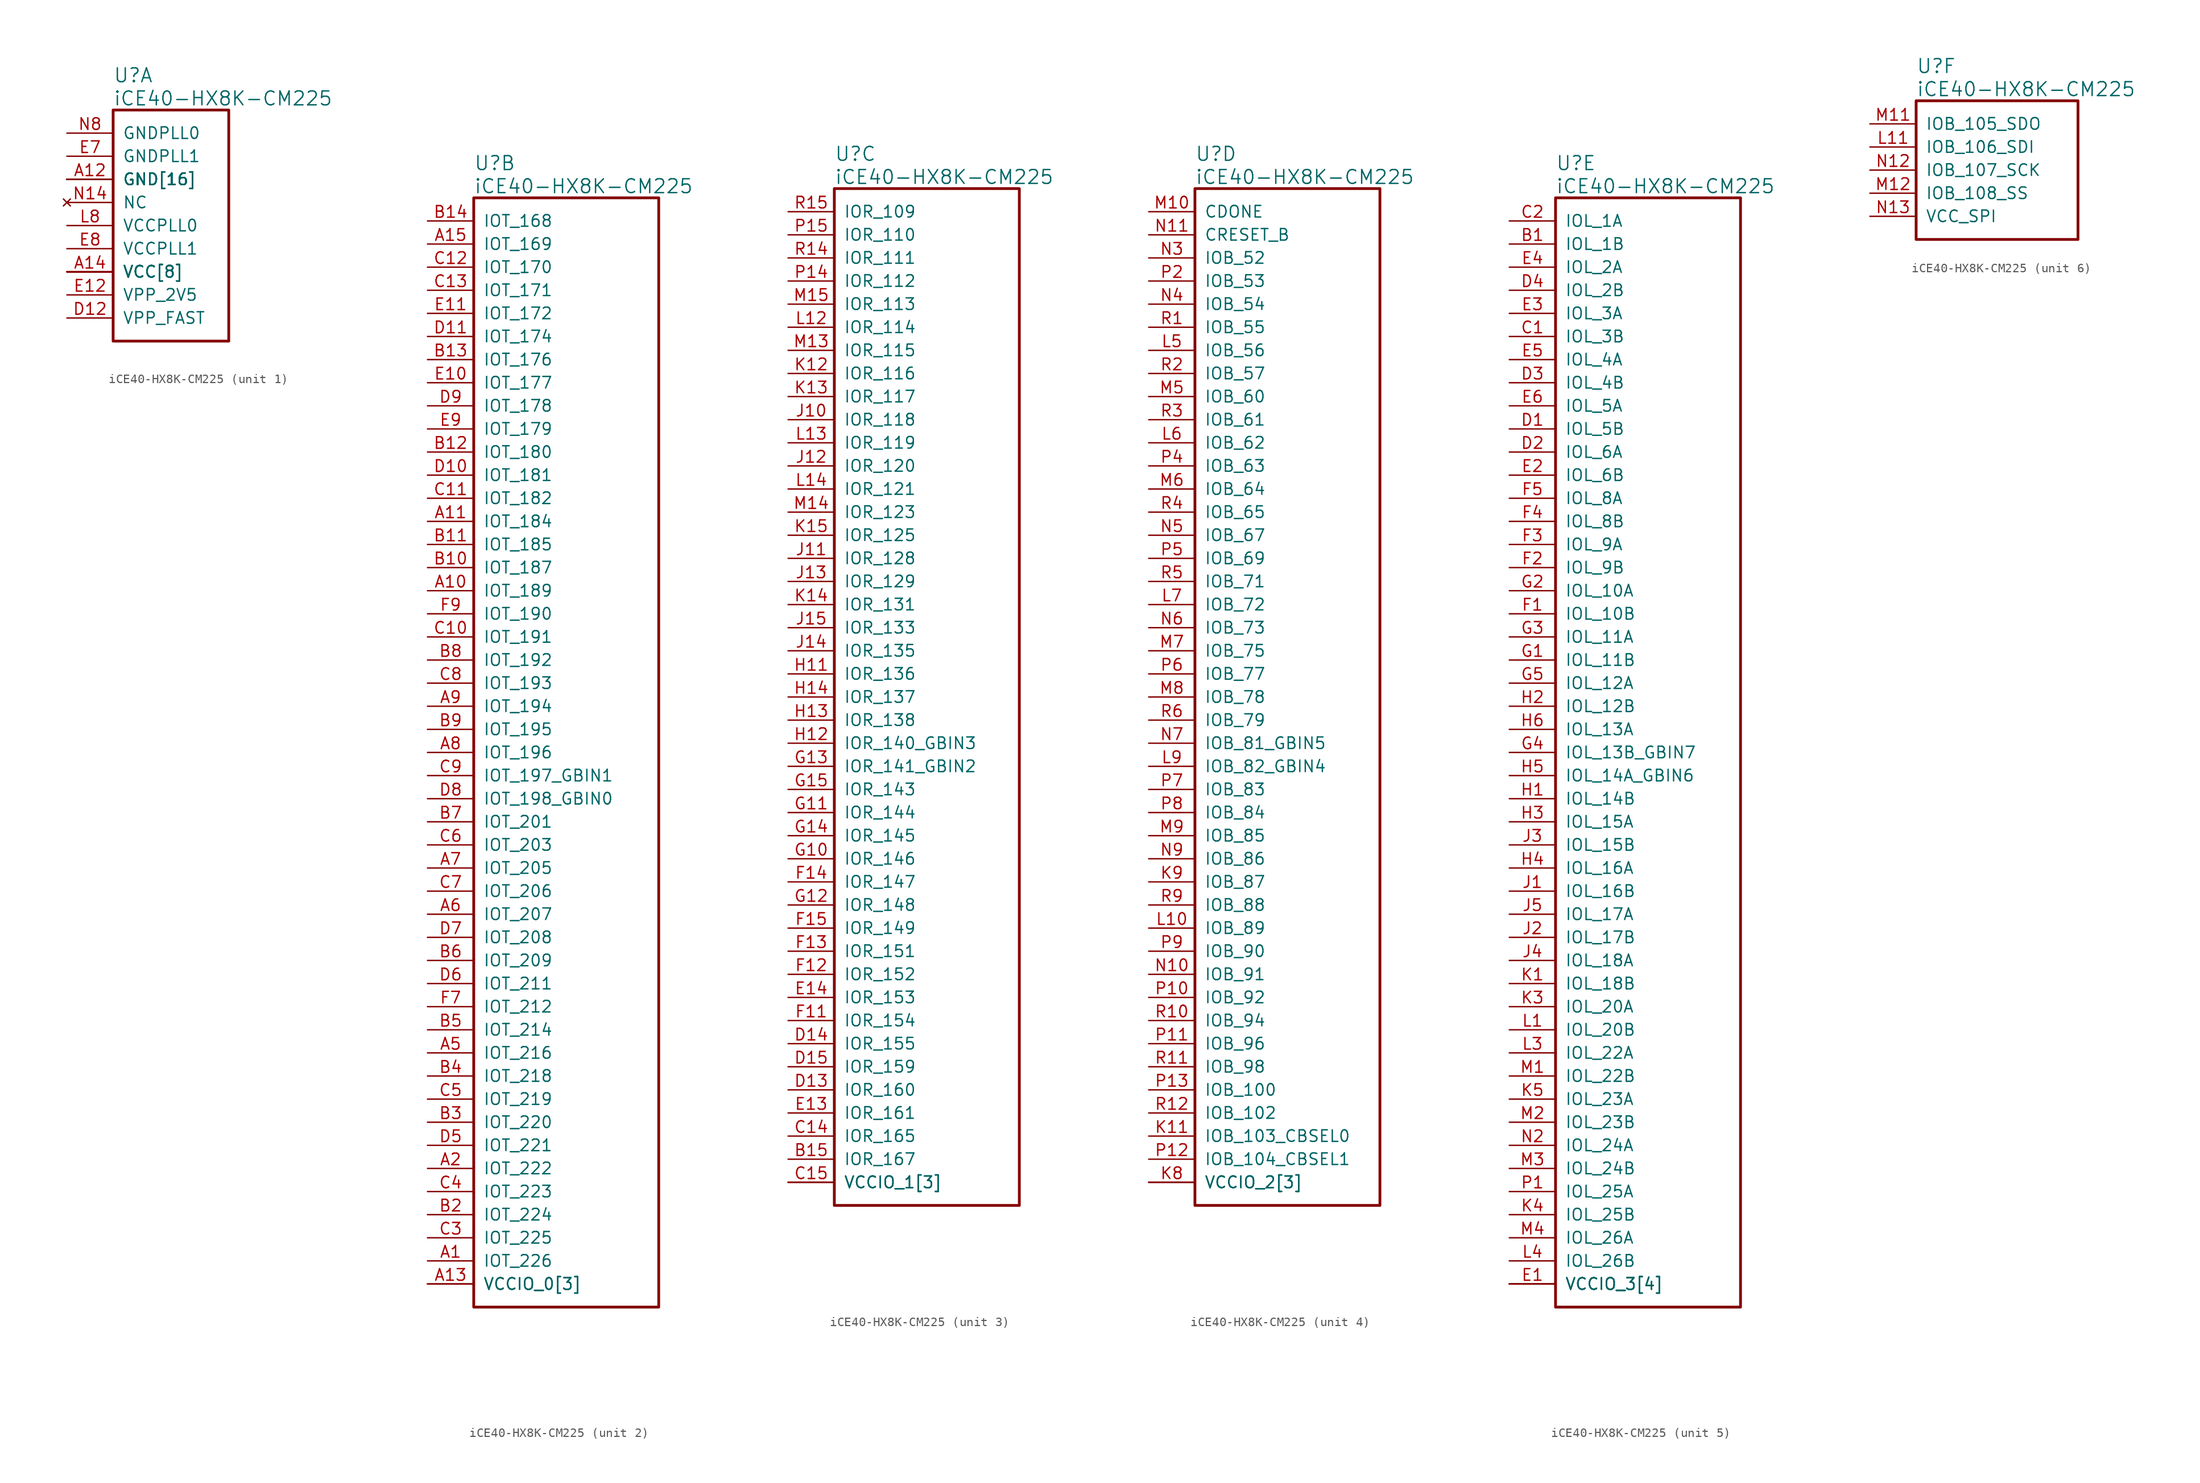
<source format=kicad_sym>
(kicad_symbol_lib
  (version 20241209)
  (generator "kicad_symbol_editor")
  (generator_version "9.0")
  (symbol "iCE40-HX8K-CM225"
    (pin_names
      (offset 1.016))
    (property "Reference" "U"
      (at 5.08 6.35 0)
      (effects (font (size 1.524 1.524)) (justify left)))
    (property "Value" "iCE40-HX8K-CM225"
      (at 5.08 3.81 0)
      (effects (font (size 1.524 1.524)) (justify left)))
    (property "ki_locked" ""
      (at 0 0 0)
      (effects (font (size 1.27 1.27))))
    (symbol "iCE40-HX8K-CM225_1_1"
      (rectangle (start 5.08 2.54) (end 17.78 -22.86) (stroke (width 0.305) (type solid)) (fill (type none)))
      (pin power_in line (at 0 0 0) (length 5.08) (name "GNDPLL0" (effects (font (size 1.27 1.27)))) (number "N8" (effects (font (size 1.27 1.27)))))
      (pin power_in line (at 0 -2.54 0) (length 5.08) (name "GNDPLL1" (effects (font (size 1.27 1.27)))) (number "E7" (effects (font (size 1.27 1.27)))))
      (pin power_in line (at 0 -5.08 0) (length 5.08) (name "GND[16]" (effects (font (size 1.27 1.27)))) (number "A12" (effects (font (size 1.27 1.27)))))
      (pin power_in line (at 0 -5.08 0) (length 5.08) (name "GND[16]" (effects (font (size 1.27 1.27)))) (number "A4" (effects (font (size 0 0)))))
      (pin power_in line (at 0 -5.08 0) (length 5.08) (name "GND[16]" (effects (font (size 1.27 1.27)))) (number "E15" (effects (font (size 0 0)))))
      (pin power_in line (at 0 -5.08 0) (length 5.08) (name "GND[16]" (effects (font (size 1.27 1.27)))) (number "G7" (effects (font (size 0 0)))))
      (pin power_in line (at 0 -5.08 0) (length 5.08) (name "GND[16]" (effects (font (size 1.27 1.27)))) (number "G8" (effects (font (size 0 0)))))
      (pin power_in line (at 0 -5.08 0) (length 5.08) (name "GND[16]" (effects (font (size 1.27 1.27)))) (number "G9" (effects (font (size 0 0)))))
      (pin power_in line (at 0 -5.08 0) (length 5.08) (name "GND[16]" (effects (font (size 1.27 1.27)))) (number "H7" (effects (font (size 0 0)))))
      (pin power_in line (at 0 -5.08 0) (length 5.08) (name "GND[16]" (effects (font (size 1.27 1.27)))) (number "H8" (effects (font (size 0 0)))))
      (pin power_in line (at 0 -5.08 0) (length 5.08) (name "GND[16]" (effects (font (size 1.27 1.27)))) (number "H9" (effects (font (size 0 0)))))
      (pin power_in line (at 0 -5.08 0) (length 5.08) (name "GND[16]" (effects (font (size 1.27 1.27)))) (number "J7" (effects (font (size 0 0)))))
      (pin power_in line (at 0 -5.08 0) (length 5.08) (name "GND[16]" (effects (font (size 1.27 1.27)))) (number "J8" (effects (font (size 0 0)))))
      (pin power_in line (at 0 -5.08 0) (length 5.08) (name "GND[16]" (effects (font (size 1.27 1.27)))) (number "J9" (effects (font (size 0 0)))))
      (pin power_in line (at 0 -5.08 0) (length 5.08) (name "GND[16]" (effects (font (size 1.27 1.27)))) (number "K2" (effects (font (size 0 0)))))
      (pin power_in line (at 0 -5.08 0) (length 5.08) (name "GND[16]" (effects (font (size 1.27 1.27)))) (number "K7" (effects (font (size 0 0)))))
      (pin power_in line (at 0 -5.08 0) (length 5.08) (name "GND[16]" (effects (font (size 1.27 1.27)))) (number "L15" (effects (font (size 0 0)))))
      (pin power_in line (at 0 -5.08 0) (length 5.08) (name "GND[16]" (effects (font (size 1.27 1.27)))) (number "R7" (effects (font (size 0 0)))))
      (pin no_connect line (at 0 -7.62 0) (length 5.08) (name "NC" (effects (font (size 1.27 1.27)))) (number "N14" (effects (font (size 1.27 1.27)))))
      (pin power_in line (at 0 -10.16 0) (length 5.08) (name "VCCPLL0" (effects (font (size 1.27 1.27)))) (number "L8" (effects (font (size 1.27 1.27)))))
      (pin power_in line (at 0 -12.7 0) (length 5.08) (name "VCCPLL1" (effects (font (size 1.27 1.27)))) (number "E8" (effects (font (size 1.27 1.27)))))
      (pin power_in line (at 0 -15.24 0) (length 5.08) (name "VCC[8]" (effects (font (size 1.27 1.27)))) (number "A14" (effects (font (size 1.27 1.27)))))
      (pin power_in line (at 0 -15.24 0) (length 5.08) (name "VCC[8]" (effects (font (size 1.27 1.27)))) (number "F10" (effects (font (size 0 0)))))
      (pin power_in line (at 0 -15.24 0) (length 5.08) (name "VCC[8]" (effects (font (size 1.27 1.27)))) (number "F6" (effects (font (size 0 0)))))
      (pin power_in line (at 0 -15.24 0) (length 5.08) (name "VCC[8]" (effects (font (size 1.27 1.27)))) (number "H15" (effects (font (size 0 0)))))
      (pin power_in line (at 0 -15.24 0) (length 5.08) (name "VCC[8]" (effects (font (size 1.27 1.27)))) (number "K10" (effects (font (size 0 0)))))
      (pin power_in line (at 0 -15.24 0) (length 5.08) (name "VCC[8]" (effects (font (size 1.27 1.27)))) (number "K6" (effects (font (size 0 0)))))
      (pin power_in line (at 0 -15.24 0) (length 5.08) (name "VCC[8]" (effects (font (size 1.27 1.27)))) (number "L2" (effects (font (size 0 0)))))
      (pin power_in line (at 0 -15.24 0) (length 5.08) (name "VCC[8]" (effects (font (size 1.27 1.27)))) (number "R8" (effects (font (size 0 0)))))
      (pin power_in line (at 0 -17.78 0) (length 5.08) (name "VPP_2V5" (effects (font (size 1.27 1.27)))) (number "E12" (effects (font (size 1.27 1.27)))))
      (pin power_in line (at 0 -20.32 0) (length 5.08) (name "VPP_FAST" (effects (font (size 1.27 1.27)))) (number "D12" (effects (font (size 1.27 1.27))))))
    (symbol "iCE40-HX8K-CM225_2_1"
      (rectangle (start 5.08 2.54) (end 25.4 -119.38) (stroke (width 0.305) (type solid)) (fill (type none)))
      (pin bidirectional line (at 0 0 0) (length 5.08) (name "IOT_168" (effects (font (size 1.27 1.27)))) (number "B14" (effects (font (size 1.27 1.27)))))
      (pin bidirectional line (at 0 -2.54 0) (length 5.08) (name "IOT_169" (effects (font (size 1.27 1.27)))) (number "A15" (effects (font (size 1.27 1.27)))))
      (pin bidirectional line (at 0 -5.08 0) (length 5.08) (name "IOT_170" (effects (font (size 1.27 1.27)))) (number "C12" (effects (font (size 1.27 1.27)))))
      (pin bidirectional line (at 0 -7.62 0) (length 5.08) (name "IOT_171" (effects (font (size 1.27 1.27)))) (number "C13" (effects (font (size 1.27 1.27)))))
      (pin bidirectional line (at 0 -10.16 0) (length 5.08) (name "IOT_172" (effects (font (size 1.27 1.27)))) (number "E11" (effects (font (size 1.27 1.27)))))
      (pin bidirectional line (at 0 -12.7 0) (length 5.08) (name "IOT_174" (effects (font (size 1.27 1.27)))) (number "D11" (effects (font (size 1.27 1.27)))))
      (pin bidirectional line (at 0 -15.24 0) (length 5.08) (name "IOT_176" (effects (font (size 1.27 1.27)))) (number "B13" (effects (font (size 1.27 1.27)))))
      (pin bidirectional line (at 0 -17.78 0) (length 5.08) (name "IOT_177" (effects (font (size 1.27 1.27)))) (number "E10" (effects (font (size 1.27 1.27)))))
      (pin bidirectional line (at 0 -20.32 0) (length 5.08) (name "IOT_178" (effects (font (size 1.27 1.27)))) (number "D9" (effects (font (size 1.27 1.27)))))
      (pin bidirectional line (at 0 -22.86 0) (length 5.08) (name "IOT_179" (effects (font (size 1.27 1.27)))) (number "E9" (effects (font (size 1.27 1.27)))))
      (pin bidirectional line (at 0 -25.4 0) (length 5.08) (name "IOT_180" (effects (font (size 1.27 1.27)))) (number "B12" (effects (font (size 1.27 1.27)))))
      (pin bidirectional line (at 0 -27.94 0) (length 5.08) (name "IOT_181" (effects (font (size 1.27 1.27)))) (number "D10" (effects (font (size 1.27 1.27)))))
      (pin bidirectional line (at 0 -30.48 0) (length 5.08) (name "IOT_182" (effects (font (size 1.27 1.27)))) (number "C11" (effects (font (size 1.27 1.27)))))
      (pin bidirectional line (at 0 -33.02 0) (length 5.08) (name "IOT_184" (effects (font (size 1.27 1.27)))) (number "A11" (effects (font (size 1.27 1.27)))))
      (pin bidirectional line (at 0 -35.56 0) (length 5.08) (name "IOT_185" (effects (font (size 1.27 1.27)))) (number "B11" (effects (font (size 1.27 1.27)))))
      (pin bidirectional line (at 0 -38.1 0) (length 5.08) (name "IOT_187" (effects (font (size 1.27 1.27)))) (number "B10" (effects (font (size 1.27 1.27)))))
      (pin bidirectional line (at 0 -40.64 0) (length 5.08) (name "IOT_189" (effects (font (size 1.27 1.27)))) (number "A10" (effects (font (size 1.27 1.27)))))
      (pin bidirectional line (at 0 -43.18 0) (length 5.08) (name "IOT_190" (effects (font (size 1.27 1.27)))) (number "F9" (effects (font (size 1.27 1.27)))))
      (pin bidirectional line (at 0 -45.72 0) (length 5.08) (name "IOT_191" (effects (font (size 1.27 1.27)))) (number "C10" (effects (font (size 1.27 1.27)))))
      (pin bidirectional line (at 0 -48.26 0) (length 5.08) (name "IOT_192" (effects (font (size 1.27 1.27)))) (number "B8" (effects (font (size 1.27 1.27)))))
      (pin bidirectional line (at 0 -50.8 0) (length 5.08) (name "IOT_193" (effects (font (size 1.27 1.27)))) (number "C8" (effects (font (size 1.27 1.27)))))
      (pin bidirectional line (at 0 -53.34 0) (length 5.08) (name "IOT_194" (effects (font (size 1.27 1.27)))) (number "A9" (effects (font (size 1.27 1.27)))))
      (pin bidirectional line (at 0 -55.88 0) (length 5.08) (name "IOT_195" (effects (font (size 1.27 1.27)))) (number "B9" (effects (font (size 1.27 1.27)))))
      (pin bidirectional line (at 0 -58.42 0) (length 5.08) (name "IOT_196" (effects (font (size 1.27 1.27)))) (number "A8" (effects (font (size 1.27 1.27)))))
      (pin bidirectional line (at 0 -60.96 0) (length 5.08) (name "IOT_197_GBIN1" (effects (font (size 1.27 1.27)))) (number "C9" (effects (font (size 1.27 1.27)))))
      (pin bidirectional line (at 0 -63.5 0) (length 5.08) (name "IOT_198_GBIN0" (effects (font (size 1.27 1.27)))) (number "D8" (effects (font (size 1.27 1.27)))))
      (pin bidirectional line (at 0 -66.04 0) (length 5.08) (name "IOT_201" (effects (font (size 1.27 1.27)))) (number "B7" (effects (font (size 1.27 1.27)))))
      (pin bidirectional line (at 0 -68.58 0) (length 5.08) (name "IOT_203" (effects (font (size 1.27 1.27)))) (number "C6" (effects (font (size 1.27 1.27)))))
      (pin bidirectional line (at 0 -71.12 0) (length 5.08) (name "IOT_205" (effects (font (size 1.27 1.27)))) (number "A7" (effects (font (size 1.27 1.27)))))
      (pin bidirectional line (at 0 -73.66 0) (length 5.08) (name "IOT_206" (effects (font (size 1.27 1.27)))) (number "C7" (effects (font (size 1.27 1.27)))))
      (pin bidirectional line (at 0 -76.2 0) (length 5.08) (name "IOT_207" (effects (font (size 1.27 1.27)))) (number "A6" (effects (font (size 1.27 1.27)))))
      (pin bidirectional line (at 0 -78.74 0) (length 5.08) (name "IOT_208" (effects (font (size 1.27 1.27)))) (number "D7" (effects (font (size 1.27 1.27)))))
      (pin bidirectional line (at 0 -81.28 0) (length 5.08) (name "IOT_209" (effects (font (size 1.27 1.27)))) (number "B6" (effects (font (size 1.27 1.27)))))
      (pin bidirectional line (at 0 -83.82 0) (length 5.08) (name "IOT_211" (effects (font (size 1.27 1.27)))) (number "D6" (effects (font (size 1.27 1.27)))))
      (pin bidirectional line (at 0 -86.36 0) (length 5.08) (name "IOT_212" (effects (font (size 1.27 1.27)))) (number "F7" (effects (font (size 1.27 1.27)))))
      (pin bidirectional line (at 0 -88.9 0) (length 5.08) (name "IOT_214" (effects (font (size 1.27 1.27)))) (number "B5" (effects (font (size 1.27 1.27)))))
      (pin bidirectional line (at 0 -91.44 0) (length 5.08) (name "IOT_216" (effects (font (size 1.27 1.27)))) (number "A5" (effects (font (size 1.27 1.27)))))
      (pin bidirectional line (at 0 -93.98 0) (length 5.08) (name "IOT_218" (effects (font (size 1.27 1.27)))) (number "B4" (effects (font (size 1.27 1.27)))))
      (pin bidirectional line (at 0 -96.52 0) (length 5.08) (name "IOT_219" (effects (font (size 1.27 1.27)))) (number "C5" (effects (font (size 1.27 1.27)))))
      (pin bidirectional line (at 0 -99.06 0) (length 5.08) (name "IOT_220" (effects (font (size 1.27 1.27)))) (number "B3" (effects (font (size 1.27 1.27)))))
      (pin bidirectional line (at 0 -101.6 0) (length 5.08) (name "IOT_221" (effects (font (size 1.27 1.27)))) (number "D5" (effects (font (size 1.27 1.27)))))
      (pin bidirectional line (at 0 -104.14 0) (length 5.08) (name "IOT_222" (effects (font (size 1.27 1.27)))) (number "A2" (effects (font (size 1.27 1.27)))))
      (pin bidirectional line (at 0 -106.68 0) (length 5.08) (name "IOT_223" (effects (font (size 1.27 1.27)))) (number "C4" (effects (font (size 1.27 1.27)))))
      (pin bidirectional line (at 0 -109.22 0) (length 5.08) (name "IOT_224" (effects (font (size 1.27 1.27)))) (number "B2" (effects (font (size 1.27 1.27)))))
      (pin bidirectional line (at 0 -111.76 0) (length 5.08) (name "IOT_225" (effects (font (size 1.27 1.27)))) (number "C3" (effects (font (size 1.27 1.27)))))
      (pin bidirectional line (at 0 -114.3 0) (length 5.08) (name "IOT_226" (effects (font (size 1.27 1.27)))) (number "A1" (effects (font (size 1.27 1.27)))))
      (pin power_in line (at 0 -116.84 0) (length 5.08) (name "VCCIO_0[3]" (effects (font (size 1.27 1.27)))) (number "A13" (effects (font (size 1.27 1.27)))))
      (pin power_in line (at 0 -116.84 0) (length 5.08) (name "VCCIO_0[3]" (effects (font (size 1.27 1.27)))) (number "A3" (effects (font (size 0 0)))))
      (pin power_in line (at 0 -116.84 0) (length 5.08) (name "VCCIO_0[3]" (effects (font (size 1.27 1.27)))) (number "F8" (effects (font (size 0 0))))))
    (symbol "iCE40-HX8K-CM225_3_1"
      (rectangle (start 5.08 2.54) (end 25.4 -109.22) (stroke (width 0.305) (type solid)) (fill (type none)))
      (pin bidirectional line (at 0 0 0) (length 5.08) (name "IOR_109" (effects (font (size 1.27 1.27)))) (number "R15" (effects (font (size 1.27 1.27)))))
      (pin bidirectional line (at 0 -2.54 0) (length 5.08) (name "IOR_110" (effects (font (size 1.27 1.27)))) (number "P15" (effects (font (size 1.27 1.27)))))
      (pin bidirectional line (at 0 -5.08 0) (length 5.08) (name "IOR_111" (effects (font (size 1.27 1.27)))) (number "R14" (effects (font (size 1.27 1.27)))))
      (pin bidirectional line (at 0 -7.62 0) (length 5.08) (name "IOR_112" (effects (font (size 1.27 1.27)))) (number "P14" (effects (font (size 1.27 1.27)))))
      (pin bidirectional line (at 0 -10.16 0) (length 5.08) (name "IOR_113" (effects (font (size 1.27 1.27)))) (number "M15" (effects (font (size 1.27 1.27)))))
      (pin bidirectional line (at 0 -12.7 0) (length 5.08) (name "IOR_114" (effects (font (size 1.27 1.27)))) (number "L12" (effects (font (size 1.27 1.27)))))
      (pin bidirectional line (at 0 -15.24 0) (length 5.08) (name "IOR_115" (effects (font (size 1.27 1.27)))) (number "M13" (effects (font (size 1.27 1.27)))))
      (pin bidirectional line (at 0 -17.78 0) (length 5.08) (name "IOR_116" (effects (font (size 1.27 1.27)))) (number "K12" (effects (font (size 1.27 1.27)))))
      (pin bidirectional line (at 0 -20.32 0) (length 5.08) (name "IOR_117" (effects (font (size 1.27 1.27)))) (number "K13" (effects (font (size 1.27 1.27)))))
      (pin bidirectional line (at 0 -22.86 0) (length 5.08) (name "IOR_118" (effects (font (size 1.27 1.27)))) (number "J10" (effects (font (size 1.27 1.27)))))
      (pin bidirectional line (at 0 -25.4 0) (length 5.08) (name "IOR_119" (effects (font (size 1.27 1.27)))) (number "L13" (effects (font (size 1.27 1.27)))))
      (pin bidirectional line (at 0 -27.94 0) (length 5.08) (name "IOR_120" (effects (font (size 1.27 1.27)))) (number "J12" (effects (font (size 1.27 1.27)))))
      (pin bidirectional line (at 0 -30.48 0) (length 5.08) (name "IOR_121" (effects (font (size 1.27 1.27)))) (number "L14" (effects (font (size 1.27 1.27)))))
      (pin bidirectional line (at 0 -33.02 0) (length 5.08) (name "IOR_123" (effects (font (size 1.27 1.27)))) (number "M14" (effects (font (size 1.27 1.27)))))
      (pin bidirectional line (at 0 -35.56 0) (length 5.08) (name "IOR_125" (effects (font (size 1.27 1.27)))) (number "K15" (effects (font (size 1.27 1.27)))))
      (pin bidirectional line (at 0 -38.1 0) (length 5.08) (name "IOR_128" (effects (font (size 1.27 1.27)))) (number "J11" (effects (font (size 1.27 1.27)))))
      (pin bidirectional line (at 0 -40.64 0) (length 5.08) (name "IOR_129" (effects (font (size 1.27 1.27)))) (number "J13" (effects (font (size 1.27 1.27)))))
      (pin bidirectional line (at 0 -43.18 0) (length 5.08) (name "IOR_131" (effects (font (size 1.27 1.27)))) (number "K14" (effects (font (size 1.27 1.27)))))
      (pin bidirectional line (at 0 -45.72 0) (length 5.08) (name "IOR_133" (effects (font (size 1.27 1.27)))) (number "J15" (effects (font (size 1.27 1.27)))))
      (pin bidirectional line (at 0 -48.26 0) (length 5.08) (name "IOR_135" (effects (font (size 1.27 1.27)))) (number "J14" (effects (font (size 1.27 1.27)))))
      (pin bidirectional line (at 0 -50.8 0) (length 5.08) (name "IOR_136" (effects (font (size 1.27 1.27)))) (number "H11" (effects (font (size 1.27 1.27)))))
      (pin bidirectional line (at 0 -53.34 0) (length 5.08) (name "IOR_137" (effects (font (size 1.27 1.27)))) (number "H14" (effects (font (size 1.27 1.27)))))
      (pin bidirectional line (at 0 -55.88 0) (length 5.08) (name "IOR_138" (effects (font (size 1.27 1.27)))) (number "H13" (effects (font (size 1.27 1.27)))))
      (pin bidirectional line (at 0 -58.42 0) (length 5.08) (name "IOR_140_GBIN3" (effects (font (size 1.27 1.27)))) (number "H12" (effects (font (size 1.27 1.27)))))
      (pin bidirectional line (at 0 -60.96 0) (length 5.08) (name "IOR_141_GBIN2" (effects (font (size 1.27 1.27)))) (number "G13" (effects (font (size 1.27 1.27)))))
      (pin bidirectional line (at 0 -63.5 0) (length 5.08) (name "IOR_143" (effects (font (size 1.27 1.27)))) (number "G15" (effects (font (size 1.27 1.27)))))
      (pin bidirectional line (at 0 -66.04 0) (length 5.08) (name "IOR_144" (effects (font (size 1.27 1.27)))) (number "G11" (effects (font (size 1.27 1.27)))))
      (pin bidirectional line (at 0 -68.58 0) (length 5.08) (name "IOR_145" (effects (font (size 1.27 1.27)))) (number "G14" (effects (font (size 1.27 1.27)))))
      (pin bidirectional line (at 0 -71.12 0) (length 5.08) (name "IOR_146" (effects (font (size 1.27 1.27)))) (number "G10" (effects (font (size 1.27 1.27)))))
      (pin bidirectional line (at 0 -73.66 0) (length 5.08) (name "IOR_147" (effects (font (size 1.27 1.27)))) (number "F14" (effects (font (size 1.27 1.27)))))
      (pin bidirectional line (at 0 -76.2 0) (length 5.08) (name "IOR_148" (effects (font (size 1.27 1.27)))) (number "G12" (effects (font (size 1.27 1.27)))))
      (pin bidirectional line (at 0 -78.74 0) (length 5.08) (name "IOR_149" (effects (font (size 1.27 1.27)))) (number "F15" (effects (font (size 1.27 1.27)))))
      (pin bidirectional line (at 0 -81.28 0) (length 5.08) (name "IOR_151" (effects (font (size 1.27 1.27)))) (number "F13" (effects (font (size 1.27 1.27)))))
      (pin bidirectional line (at 0 -83.82 0) (length 5.08) (name "IOR_152" (effects (font (size 1.27 1.27)))) (number "F12" (effects (font (size 1.27 1.27)))))
      (pin bidirectional line (at 0 -86.36 0) (length 5.08) (name "IOR_153" (effects (font (size 1.27 1.27)))) (number "E14" (effects (font (size 1.27 1.27)))))
      (pin bidirectional line (at 0 -88.9 0) (length 5.08) (name "IOR_154" (effects (font (size 1.27 1.27)))) (number "F11" (effects (font (size 1.27 1.27)))))
      (pin bidirectional line (at 0 -91.44 0) (length 5.08) (name "IOR_155" (effects (font (size 1.27 1.27)))) (number "D14" (effects (font (size 1.27 1.27)))))
      (pin bidirectional line (at 0 -93.98 0) (length 5.08) (name "IOR_159" (effects (font (size 1.27 1.27)))) (number "D15" (effects (font (size 1.27 1.27)))))
      (pin bidirectional line (at 0 -96.52 0) (length 5.08) (name "IOR_160" (effects (font (size 1.27 1.27)))) (number "D13" (effects (font (size 1.27 1.27)))))
      (pin bidirectional line (at 0 -99.06 0) (length 5.08) (name "IOR_161" (effects (font (size 1.27 1.27)))) (number "E13" (effects (font (size 1.27 1.27)))))
      (pin bidirectional line (at 0 -101.6 0) (length 5.08) (name "IOR_165" (effects (font (size 1.27 1.27)))) (number "C14" (effects (font (size 1.27 1.27)))))
      (pin bidirectional line (at 0 -104.14 0) (length 5.08) (name "IOR_167" (effects (font (size 1.27 1.27)))) (number "B15" (effects (font (size 1.27 1.27)))))
      (pin power_in line (at 0 -106.68 0) (length 5.08) (name "VCCIO_1[3]" (effects (font (size 1.27 1.27)))) (number "C15" (effects (font (size 1.27 1.27)))))
      (pin power_in line (at 0 -106.68 0) (length 5.08) (name "VCCIO_1[3]" (effects (font (size 1.27 1.27)))) (number "H10" (effects (font (size 0 0)))))
      (pin power_in line (at 0 -106.68 0) (length 5.08) (name "VCCIO_1[3]" (effects (font (size 1.27 1.27)))) (number "N15" (effects (font (size 0 0))))))
    (symbol "iCE40-HX8K-CM225_4_1"
      (rectangle (start 5.08 2.54) (end 25.4 -109.22) (stroke (width 0.305) (type solid)) (fill (type none)))
      (pin output line (at 0 0 0) (length 5.08) (name "CDONE" (effects (font (size 1.27 1.27)))) (number "M10" (effects (font (size 1.27 1.27)))))
      (pin input line (at 0 -2.54 0) (length 5.08) (name "CRESET_B" (effects (font (size 1.27 1.27)))) (number "N11" (effects (font (size 1.27 1.27)))))
      (pin bidirectional line (at 0 -5.08 0) (length 5.08) (name "IOB_52" (effects (font (size 1.27 1.27)))) (number "N3" (effects (font (size 1.27 1.27)))))
      (pin bidirectional line (at 0 -7.62 0) (length 5.08) (name "IOB_53" (effects (font (size 1.27 1.27)))) (number "P2" (effects (font (size 1.27 1.27)))))
      (pin bidirectional line (at 0 -10.16 0) (length 5.08) (name "IOB_54" (effects (font (size 1.27 1.27)))) (number "N4" (effects (font (size 1.27 1.27)))))
      (pin bidirectional line (at 0 -12.7 0) (length 5.08) (name "IOB_55" (effects (font (size 1.27 1.27)))) (number "R1" (effects (font (size 1.27 1.27)))))
      (pin bidirectional line (at 0 -15.24 0) (length 5.08) (name "IOB_56" (effects (font (size 1.27 1.27)))) (number "L5" (effects (font (size 1.27 1.27)))))
      (pin bidirectional line (at 0 -17.78 0) (length 5.08) (name "IOB_57" (effects (font (size 1.27 1.27)))) (number "R2" (effects (font (size 1.27 1.27)))))
      (pin bidirectional line (at 0 -20.32 0) (length 5.08) (name "IOB_60" (effects (font (size 1.27 1.27)))) (number "M5" (effects (font (size 1.27 1.27)))))
      (pin bidirectional line (at 0 -22.86 0) (length 5.08) (name "IOB_61" (effects (font (size 1.27 1.27)))) (number "R3" (effects (font (size 1.27 1.27)))))
      (pin bidirectional line (at 0 -25.4 0) (length 5.08) (name "IOB_62" (effects (font (size 1.27 1.27)))) (number "L6" (effects (font (size 1.27 1.27)))))
      (pin bidirectional line (at 0 -27.94 0) (length 5.08) (name "IOB_63" (effects (font (size 1.27 1.27)))) (number "P4" (effects (font (size 1.27 1.27)))))
      (pin bidirectional line (at 0 -30.48 0) (length 5.08) (name "IOB_64" (effects (font (size 1.27 1.27)))) (number "M6" (effects (font (size 1.27 1.27)))))
      (pin bidirectional line (at 0 -33.02 0) (length 5.08) (name "IOB_65" (effects (font (size 1.27 1.27)))) (number "R4" (effects (font (size 1.27 1.27)))))
      (pin bidirectional line (at 0 -35.56 0) (length 5.08) (name "IOB_67" (effects (font (size 1.27 1.27)))) (number "N5" (effects (font (size 1.27 1.27)))))
      (pin bidirectional line (at 0 -38.1 0) (length 5.08) (name "IOB_69" (effects (font (size 1.27 1.27)))) (number "P5" (effects (font (size 1.27 1.27)))))
      (pin bidirectional line (at 0 -40.64 0) (length 5.08) (name "IOB_71" (effects (font (size 1.27 1.27)))) (number "R5" (effects (font (size 1.27 1.27)))))
      (pin bidirectional line (at 0 -43.18 0) (length 5.08) (name "IOB_72" (effects (font (size 1.27 1.27)))) (number "L7" (effects (font (size 1.27 1.27)))))
      (pin bidirectional line (at 0 -45.72 0) (length 5.08) (name "IOB_73" (effects (font (size 1.27 1.27)))) (number "N6" (effects (font (size 1.27 1.27)))))
      (pin bidirectional line (at 0 -48.26 0) (length 5.08) (name "IOB_75" (effects (font (size 1.27 1.27)))) (number "M7" (effects (font (size 1.27 1.27)))))
      (pin bidirectional line (at 0 -50.8 0) (length 5.08) (name "IOB_77" (effects (font (size 1.27 1.27)))) (number "P6" (effects (font (size 1.27 1.27)))))
      (pin bidirectional line (at 0 -53.34 0) (length 5.08) (name "IOB_78" (effects (font (size 1.27 1.27)))) (number "M8" (effects (font (size 1.27 1.27)))))
      (pin bidirectional line (at 0 -55.88 0) (length 5.08) (name "IOB_79" (effects (font (size 1.27 1.27)))) (number "R6" (effects (font (size 1.27 1.27)))))
      (pin bidirectional line (at 0 -58.42 0) (length 5.08) (name "IOB_81_GBIN5" (effects (font (size 1.27 1.27)))) (number "N7" (effects (font (size 1.27 1.27)))))
      (pin bidirectional line (at 0 -60.96 0) (length 5.08) (name "IOB_82_GBIN4" (effects (font (size 1.27 1.27)))) (number "L9" (effects (font (size 1.27 1.27)))))
      (pin bidirectional line (at 0 -63.5 0) (length 5.08) (name "IOB_83" (effects (font (size 1.27 1.27)))) (number "P7" (effects (font (size 1.27 1.27)))))
      (pin bidirectional line (at 0 -66.04 0) (length 5.08) (name "IOB_84" (effects (font (size 1.27 1.27)))) (number "P8" (effects (font (size 1.27 1.27)))))
      (pin bidirectional line (at 0 -68.58 0) (length 5.08) (name "IOB_85" (effects (font (size 1.27 1.27)))) (number "M9" (effects (font (size 1.27 1.27)))))
      (pin bidirectional line (at 0 -71.12 0) (length 5.08) (name "IOB_86" (effects (font (size 1.27 1.27)))) (number "N9" (effects (font (size 1.27 1.27)))))
      (pin bidirectional line (at 0 -73.66 0) (length 5.08) (name "IOB_87" (effects (font (size 1.27 1.27)))) (number "K9" (effects (font (size 1.27 1.27)))))
      (pin bidirectional line (at 0 -76.2 0) (length 5.08) (name "IOB_88" (effects (font (size 1.27 1.27)))) (number "R9" (effects (font (size 1.27 1.27)))))
      (pin bidirectional line (at 0 -78.74 0) (length 5.08) (name "IOB_89" (effects (font (size 1.27 1.27)))) (number "L10" (effects (font (size 1.27 1.27)))))
      (pin bidirectional line (at 0 -81.28 0) (length 5.08) (name "IOB_90" (effects (font (size 1.27 1.27)))) (number "P9" (effects (font (size 1.27 1.27)))))
      (pin bidirectional line (at 0 -83.82 0) (length 5.08) (name "IOB_91" (effects (font (size 1.27 1.27)))) (number "N10" (effects (font (size 1.27 1.27)))))
      (pin bidirectional line (at 0 -86.36 0) (length 5.08) (name "IOB_92" (effects (font (size 1.27 1.27)))) (number "P10" (effects (font (size 1.27 1.27)))))
      (pin bidirectional line (at 0 -88.9 0) (length 5.08) (name "IOB_94" (effects (font (size 1.27 1.27)))) (number "R10" (effects (font (size 1.27 1.27)))))
      (pin bidirectional line (at 0 -91.44 0) (length 5.08) (name "IOB_96" (effects (font (size 1.27 1.27)))) (number "P11" (effects (font (size 1.27 1.27)))))
      (pin bidirectional line (at 0 -93.98 0) (length 5.08) (name "IOB_98" (effects (font (size 1.27 1.27)))) (number "R11" (effects (font (size 1.27 1.27)))))
      (pin bidirectional line (at 0 -96.52 0) (length 5.08) (name "IOB_100" (effects (font (size 1.27 1.27)))) (number "P13" (effects (font (size 1.27 1.27)))))
      (pin bidirectional line (at 0 -99.06 0) (length 5.08) (name "IOB_102" (effects (font (size 1.27 1.27)))) (number "R12" (effects (font (size 1.27 1.27)))))
      (pin bidirectional line (at 0 -101.6 0) (length 5.08) (name "IOB_103_CBSEL0" (effects (font (size 1.27 1.27)))) (number "K11" (effects (font (size 1.27 1.27)))))
      (pin bidirectional line (at 0 -104.14 0) (length 5.08) (name "IOB_104_CBSEL1" (effects (font (size 1.27 1.27)))) (number "P12" (effects (font (size 1.27 1.27)))))
      (pin power_in line (at 0 -106.68 0) (length 5.08) (name "VCCIO_2[3]" (effects (font (size 1.27 1.27)))) (number "K8" (effects (font (size 1.27 1.27)))))
      (pin power_in line (at 0 -106.68 0) (length 5.08) (name "VCCIO_2[3]" (effects (font (size 1.27 1.27)))) (number "P3" (effects (font (size 0 0)))))
      (pin power_in line (at 0 -106.68 0) (length 5.08) (name "VCCIO_2[3]" (effects (font (size 1.27 1.27)))) (number "R13" (effects (font (size 0 0))))))
    (symbol "iCE40-HX8K-CM225_5_1"
      (rectangle (start 5.08 2.54) (end 25.4 -119.38) (stroke (width 0.305) (type solid)) (fill (type none)))
      (pin bidirectional line (at 0 0 0) (length 5.08) (name "IOL_1A" (effects (font (size 1.27 1.27)))) (number "C2" (effects (font (size 1.27 1.27)))))
      (pin bidirectional line (at 0 -2.54 0) (length 5.08) (name "IOL_1B" (effects (font (size 1.27 1.27)))) (number "B1" (effects (font (size 1.27 1.27)))))
      (pin bidirectional line (at 0 -5.08 0) (length 5.08) (name "IOL_2A" (effects (font (size 1.27 1.27)))) (number "E4" (effects (font (size 1.27 1.27)))))
      (pin bidirectional line (at 0 -7.62 0) (length 5.08) (name "IOL_2B" (effects (font (size 1.27 1.27)))) (number "D4" (effects (font (size 1.27 1.27)))))
      (pin bidirectional line (at 0 -10.16 0) (length 5.08) (name "IOL_3A" (effects (font (size 1.27 1.27)))) (number "E3" (effects (font (size 1.27 1.27)))))
      (pin bidirectional line (at 0 -12.7 0) (length 5.08) (name "IOL_3B" (effects (font (size 1.27 1.27)))) (number "C1" (effects (font (size 1.27 1.27)))))
      (pin bidirectional line (at 0 -15.24 0) (length 5.08) (name "IOL_4A" (effects (font (size 1.27 1.27)))) (number "E5" (effects (font (size 1.27 1.27)))))
      (pin bidirectional line (at 0 -17.78 0) (length 5.08) (name "IOL_4B" (effects (font (size 1.27 1.27)))) (number "D3" (effects (font (size 1.27 1.27)))))
      (pin bidirectional line (at 0 -20.32 0) (length 5.08) (name "IOL_5A" (effects (font (size 1.27 1.27)))) (number "E6" (effects (font (size 1.27 1.27)))))
      (pin bidirectional line (at 0 -22.86 0) (length 5.08) (name "IOL_5B" (effects (font (size 1.27 1.27)))) (number "D1" (effects (font (size 1.27 1.27)))))
      (pin bidirectional line (at 0 -25.4 0) (length 5.08) (name "IOL_6A" (effects (font (size 1.27 1.27)))) (number "D2" (effects (font (size 1.27 1.27)))))
      (pin bidirectional line (at 0 -27.94 0) (length 5.08) (name "IOL_6B" (effects (font (size 1.27 1.27)))) (number "E2" (effects (font (size 1.27 1.27)))))
      (pin bidirectional line (at 0 -30.48 0) (length 5.08) (name "IOL_8A" (effects (font (size 1.27 1.27)))) (number "F5" (effects (font (size 1.27 1.27)))))
      (pin bidirectional line (at 0 -33.02 0) (length 5.08) (name "IOL_8B" (effects (font (size 1.27 1.27)))) (number "F4" (effects (font (size 1.27 1.27)))))
      (pin bidirectional line (at 0 -35.56 0) (length 5.08) (name "IOL_9A" (effects (font (size 1.27 1.27)))) (number "F3" (effects (font (size 1.27 1.27)))))
      (pin bidirectional line (at 0 -38.1 0) (length 5.08) (name "IOL_9B" (effects (font (size 1.27 1.27)))) (number "F2" (effects (font (size 1.27 1.27)))))
      (pin bidirectional line (at 0 -40.64 0) (length 5.08) (name "IOL_10A" (effects (font (size 1.27 1.27)))) (number "G2" (effects (font (size 1.27 1.27)))))
      (pin bidirectional line (at 0 -43.18 0) (length 5.08) (name "IOL_10B" (effects (font (size 1.27 1.27)))) (number "F1" (effects (font (size 1.27 1.27)))))
      (pin bidirectional line (at 0 -45.72 0) (length 5.08) (name "IOL_11A" (effects (font (size 1.27 1.27)))) (number "G3" (effects (font (size 1.27 1.27)))))
      (pin bidirectional line (at 0 -48.26 0) (length 5.08) (name "IOL_11B" (effects (font (size 1.27 1.27)))) (number "G1" (effects (font (size 1.27 1.27)))))
      (pin bidirectional line (at 0 -50.8 0) (length 5.08) (name "IOL_12A" (effects (font (size 1.27 1.27)))) (number "G5" (effects (font (size 1.27 1.27)))))
      (pin bidirectional line (at 0 -53.34 0) (length 5.08) (name "IOL_12B" (effects (font (size 1.27 1.27)))) (number "H2" (effects (font (size 1.27 1.27)))))
      (pin bidirectional line (at 0 -55.88 0) (length 5.08) (name "IOL_13A" (effects (font (size 1.27 1.27)))) (number "H6" (effects (font (size 1.27 1.27)))))
      (pin bidirectional line (at 0 -58.42 0) (length 5.08) (name "IOL_13B_GBIN7" (effects (font (size 1.27 1.27)))) (number "G4" (effects (font (size 1.27 1.27)))))
      (pin bidirectional line (at 0 -60.96 0) (length 5.08) (name "IOL_14A_GBIN6" (effects (font (size 1.27 1.27)))) (number "H5" (effects (font (size 1.27 1.27)))))
      (pin bidirectional line (at 0 -63.5 0) (length 5.08) (name "IOL_14B" (effects (font (size 1.27 1.27)))) (number "H1" (effects (font (size 1.27 1.27)))))
      (pin bidirectional line (at 0 -66.04 0) (length 5.08) (name "IOL_15A" (effects (font (size 1.27 1.27)))) (number "H3" (effects (font (size 1.27 1.27)))))
      (pin bidirectional line (at 0 -68.58 0) (length 5.08) (name "IOL_15B" (effects (font (size 1.27 1.27)))) (number "J3" (effects (font (size 1.27 1.27)))))
      (pin bidirectional line (at 0 -71.12 0) (length 5.08) (name "IOL_16A" (effects (font (size 1.27 1.27)))) (number "H4" (effects (font (size 1.27 1.27)))))
      (pin bidirectional line (at 0 -73.66 0) (length 5.08) (name "IOL_16B" (effects (font (size 1.27 1.27)))) (number "J1" (effects (font (size 1.27 1.27)))))
      (pin bidirectional line (at 0 -76.2 0) (length 5.08) (name "IOL_17A" (effects (font (size 1.27 1.27)))) (number "J5" (effects (font (size 1.27 1.27)))))
      (pin bidirectional line (at 0 -78.74 0) (length 5.08) (name "IOL_17B" (effects (font (size 1.27 1.27)))) (number "J2" (effects (font (size 1.27 1.27)))))
      (pin bidirectional line (at 0 -81.28 0) (length 5.08) (name "IOL_18A" (effects (font (size 1.27 1.27)))) (number "J4" (effects (font (size 1.27 1.27)))))
      (pin bidirectional line (at 0 -83.82 0) (length 5.08) (name "IOL_18B" (effects (font (size 1.27 1.27)))) (number "K1" (effects (font (size 1.27 1.27)))))
      (pin bidirectional line (at 0 -86.36 0) (length 5.08) (name "IOL_20A" (effects (font (size 1.27 1.27)))) (number "K3" (effects (font (size 1.27 1.27)))))
      (pin bidirectional line (at 0 -88.9 0) (length 5.08) (name "IOL_20B" (effects (font (size 1.27 1.27)))) (number "L1" (effects (font (size 1.27 1.27)))))
      (pin bidirectional line (at 0 -91.44 0) (length 5.08) (name "IOL_22A" (effects (font (size 1.27 1.27)))) (number "L3" (effects (font (size 1.27 1.27)))))
      (pin bidirectional line (at 0 -93.98 0) (length 5.08) (name "IOL_22B" (effects (font (size 1.27 1.27)))) (number "M1" (effects (font (size 1.27 1.27)))))
      (pin bidirectional line (at 0 -96.52 0) (length 5.08) (name "IOL_23A" (effects (font (size 1.27 1.27)))) (number "K5" (effects (font (size 1.27 1.27)))))
      (pin bidirectional line (at 0 -99.06 0) (length 5.08) (name "IOL_23B" (effects (font (size 1.27 1.27)))) (number "M2" (effects (font (size 1.27 1.27)))))
      (pin bidirectional line (at 0 -101.6 0) (length 5.08) (name "IOL_24A" (effects (font (size 1.27 1.27)))) (number "N2" (effects (font (size 1.27 1.27)))))
      (pin bidirectional line (at 0 -104.14 0) (length 5.08) (name "IOL_24B" (effects (font (size 1.27 1.27)))) (number "M3" (effects (font (size 1.27 1.27)))))
      (pin bidirectional line (at 0 -106.68 0) (length 5.08) (name "IOL_25A" (effects (font (size 1.27 1.27)))) (number "P1" (effects (font (size 1.27 1.27)))))
      (pin bidirectional line (at 0 -109.22 0) (length 5.08) (name "IOL_25B" (effects (font (size 1.27 1.27)))) (number "K4" (effects (font (size 1.27 1.27)))))
      (pin bidirectional line (at 0 -111.76 0) (length 5.08) (name "IOL_26A" (effects (font (size 1.27 1.27)))) (number "M4" (effects (font (size 1.27 1.27)))))
      (pin bidirectional line (at 0 -114.3 0) (length 5.08) (name "IOL_26B" (effects (font (size 1.27 1.27)))) (number "L4" (effects (font (size 1.27 1.27)))))
      (pin power_in line (at 0 -116.84 0) (length 5.08) (name "VCCIO_3[4]" (effects (font (size 1.27 1.27)))) (number "E1" (effects (font (size 1.27 1.27)))))
      (pin power_in line (at 0 -116.84 0) (length 5.08) (name "VCCIO_3[4]" (effects (font (size 1.27 1.27)))) (number "G6" (effects (font (size 0 0)))))
      (pin power_in line (at 0 -116.84 0) (length 5.08) (name "VCCIO_3[4]" (effects (font (size 1.27 1.27)))) (number "J6" (effects (font (size 0 0)))))
      (pin power_in line (at 0 -116.84 0) (length 5.08) (name "VCCIO_3[4]" (effects (font (size 1.27 1.27)))) (number "N1" (effects (font (size 0 0))))))
    (symbol "iCE40-HX8K-CM225_6_1"
      (rectangle (start 5.08 2.54) (end 22.86 -12.7) (stroke (width 0.305) (type solid)) (fill (type none)))
      (pin bidirectional line (at 0 0 0) (length 5.08) (name "IOB_105_SDO" (effects (font (size 1.27 1.27)))) (number "M11" (effects (font (size 1.27 1.27)))))
      (pin bidirectional line (at 0 -2.54 0) (length 5.08) (name "IOB_106_SDI" (effects (font (size 1.27 1.27)))) (number "L11" (effects (font (size 1.27 1.27)))))
      (pin bidirectional line (at 0 -5.08 0) (length 5.08) (name "IOB_107_SCK" (effects (font (size 1.27 1.27)))) (number "N12" (effects (font (size 1.27 1.27)))))
      (pin bidirectional line (at 0 -7.62 0) (length 5.08) (name "IOB_108_SS" (effects (font (size 1.27 1.27)))) (number "M12" (effects (font (size 1.27 1.27)))))
      (pin power_in line (at 0 -10.16 0) (length 5.08) (name "VCC_SPI" (effects (font (size 1.27 1.27)))) (number "N13" (effects (font (size 1.27 1.27))))))))
</source>
